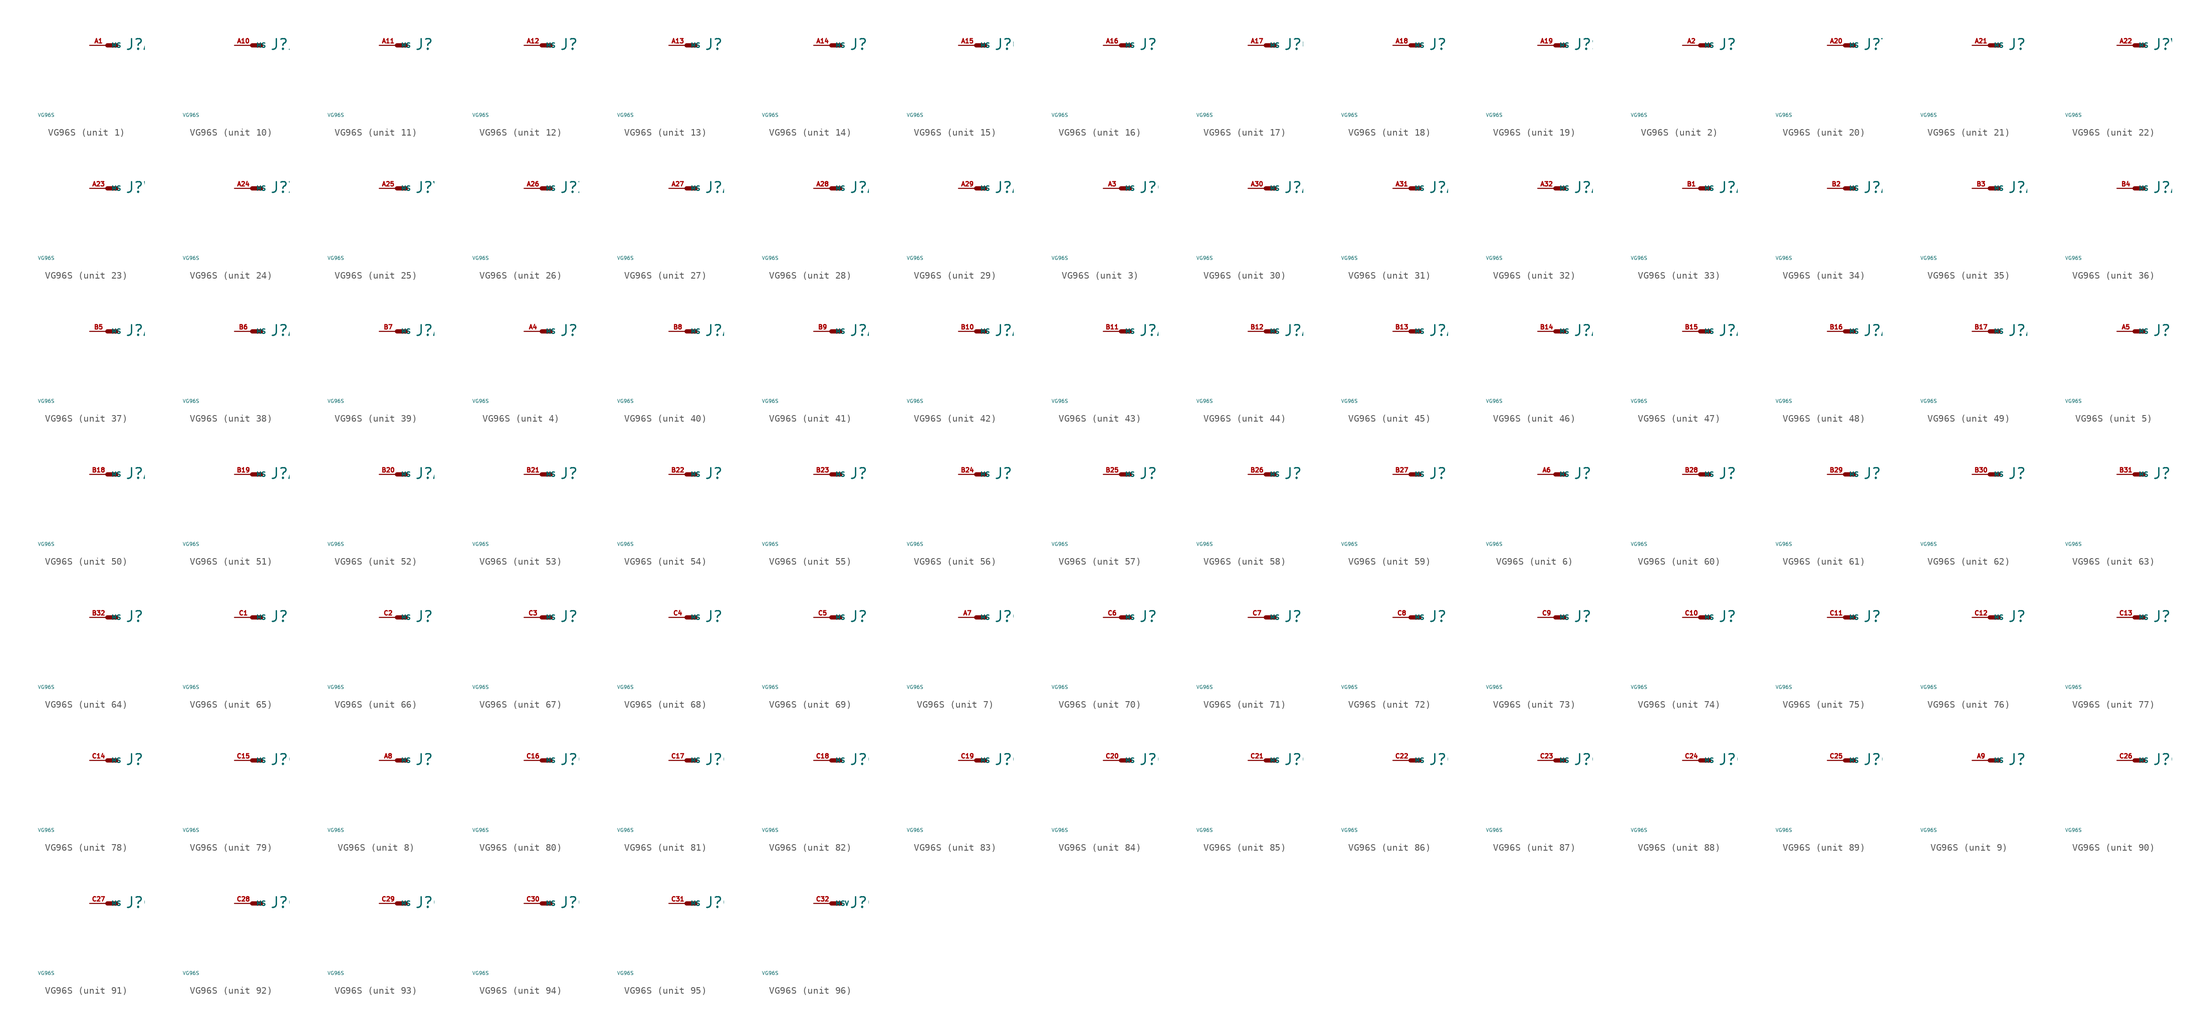
<source format=kicad_sym>
(kicad_symbol_lib
  (version 20220914)
  (generator Eagle2Kicad)
  (symbol "VG96S"
    (property "Reference" "J"
      (at 2.54 -0.762 0)
      (effects (font (size 1.524 1.524) (thickness 0.19)) (justify left bottom)))
    (property "Value" "VG96S"
      (at -10 -10 0)
      (effects (font (size 0.5 0.5) (thickness 0.06)) (justify left)))
    (symbol "VG96S_1_0"
      (polyline (pts (xy 0 0) (xy 1.27 0)) (stroke (width 0.61) (type default)) (fill (type none)))
      (pin passive line (at -2.54 0 0) (length 2.54) (name "MS" (effects (font (size 0.635 0.635) (thickness 0.08)) (justify left bottom))) (number "A1" (effects (font (size 0.635 0.635) (thickness 0.08)) (justify left bottom)))))
    (symbol "VG96S_2_0"
      (polyline (pts (xy 0 0) (xy 1.27 0)) (stroke (width 0.61) (type default)) (fill (type none)))
      (pin passive line (at -2.54 0 0) (length 2.54) (name "MS" (effects (font (size 0.635 0.635) (thickness 0.08)) (justify left bottom))) (number "A2" (effects (font (size 0.635 0.635) (thickness 0.08)) (justify left bottom)))))
    (symbol "VG96S_3_0"
      (polyline (pts (xy 0 0) (xy 1.27 0)) (stroke (width 0.61) (type default)) (fill (type none)))
      (pin passive line (at -2.54 0 0) (length 2.54) (name "MS" (effects (font (size 0.635 0.635) (thickness 0.08)) (justify left bottom))) (number "A3" (effects (font (size 0.635 0.635) (thickness 0.08)) (justify left bottom)))))
    (symbol "VG96S_4_0"
      (polyline (pts (xy 0 0) (xy 1.27 0)) (stroke (width 0.61) (type default)) (fill (type none)))
      (pin passive line (at -2.54 0 0) (length 2.54) (name "MS" (effects (font (size 0.635 0.635) (thickness 0.08)) (justify left bottom))) (number "A4" (effects (font (size 0.635 0.635) (thickness 0.08)) (justify left bottom)))))
    (symbol "VG96S_5_0"
      (polyline (pts (xy 0 0) (xy 1.27 0)) (stroke (width 0.61) (type default)) (fill (type none)))
      (pin passive line (at -2.54 0 0) (length 2.54) (name "MS" (effects (font (size 0.635 0.635) (thickness 0.08)) (justify left bottom))) (number "A5" (effects (font (size 0.635 0.635) (thickness 0.08)) (justify left bottom)))))
    (symbol "VG96S_6_0"
      (polyline (pts (xy 0 0) (xy 1.27 0)) (stroke (width 0.61) (type default)) (fill (type none)))
      (pin passive line (at -2.54 0 0) (length 2.54) (name "MS" (effects (font (size 0.635 0.635) (thickness 0.08)) (justify left bottom))) (number "A6" (effects (font (size 0.635 0.635) (thickness 0.08)) (justify left bottom)))))
    (symbol "VG96S_7_0"
      (polyline (pts (xy 0 0) (xy 1.27 0)) (stroke (width 0.61) (type default)) (fill (type none)))
      (pin passive line (at -2.54 0 0) (length 2.54) (name "MS" (effects (font (size 0.635 0.635) (thickness 0.08)) (justify left bottom))) (number "A7" (effects (font (size 0.635 0.635) (thickness 0.08)) (justify left bottom)))))
    (symbol "VG96S_8_0"
      (polyline (pts (xy 0 0) (xy 1.27 0)) (stroke (width 0.61) (type default)) (fill (type none)))
      (pin passive line (at -2.54 0 0) (length 2.54) (name "MS" (effects (font (size 0.635 0.635) (thickness 0.08)) (justify left bottom))) (number "A8" (effects (font (size 0.635 0.635) (thickness 0.08)) (justify left bottom)))))
    (symbol "VG96S_9_0"
      (polyline (pts (xy 0 0) (xy 1.27 0)) (stroke (width 0.61) (type default)) (fill (type none)))
      (pin passive line (at -2.54 0 0) (length 2.54) (name "MS" (effects (font (size 0.635 0.635) (thickness 0.08)) (justify left bottom))) (number "A9" (effects (font (size 0.635 0.635) (thickness 0.08)) (justify left bottom)))))
    (symbol "VG96S_10_0"
      (polyline (pts (xy 0 0) (xy 1.27 0)) (stroke (width 0.61) (type default)) (fill (type none)))
      (pin passive line (at -2.54 0 0) (length 2.54) (name "MS" (effects (font (size 0.635 0.635) (thickness 0.08)) (justify left bottom))) (number "A10" (effects (font (size 0.635 0.635) (thickness 0.08)) (justify left bottom)))))
    (symbol "VG96S_11_0"
      (polyline (pts (xy 0 0) (xy 1.27 0)) (stroke (width 0.61) (type default)) (fill (type none)))
      (pin passive line (at -2.54 0 0) (length 2.54) (name "MS" (effects (font (size 0.635 0.635) (thickness 0.08)) (justify left bottom))) (number "A11" (effects (font (size 0.635 0.635) (thickness 0.08)) (justify left bottom)))))
    (symbol "VG96S_12_0"
      (polyline (pts (xy 0 0) (xy 1.27 0)) (stroke (width 0.61) (type default)) (fill (type none)))
      (pin passive line (at -2.54 0 0) (length 2.54) (name "MS" (effects (font (size 0.635 0.635) (thickness 0.08)) (justify left bottom))) (number "A12" (effects (font (size 0.635 0.635) (thickness 0.08)) (justify left bottom)))))
    (symbol "VG96S_13_0"
      (polyline (pts (xy 0 0) (xy 1.27 0)) (stroke (width 0.61) (type default)) (fill (type none)))
      (pin passive line (at -2.54 0 0) (length 2.54) (name "MS" (effects (font (size 0.635 0.635) (thickness 0.08)) (justify left bottom))) (number "A13" (effects (font (size 0.635 0.635) (thickness 0.08)) (justify left bottom)))))
    (symbol "VG96S_14_0"
      (polyline (pts (xy 0 0) (xy 1.27 0)) (stroke (width 0.61) (type default)) (fill (type none)))
      (pin passive line (at -2.54 0 0) (length 2.54) (name "MS" (effects (font (size 0.635 0.635) (thickness 0.08)) (justify left bottom))) (number "A14" (effects (font (size 0.635 0.635) (thickness 0.08)) (justify left bottom)))))
    (symbol "VG96S_15_0"
      (polyline (pts (xy 0 0) (xy 1.27 0)) (stroke (width 0.61) (type default)) (fill (type none)))
      (pin passive line (at -2.54 0 0) (length 2.54) (name "MS" (effects (font (size 0.635 0.635) (thickness 0.08)) (justify left bottom))) (number "A15" (effects (font (size 0.635 0.635) (thickness 0.08)) (justify left bottom)))))
    (symbol "VG96S_16_0"
      (polyline (pts (xy 0 0) (xy 1.27 0)) (stroke (width 0.61) (type default)) (fill (type none)))
      (pin passive line (at -2.54 0 0) (length 2.54) (name "MS" (effects (font (size 0.635 0.635) (thickness 0.08)) (justify left bottom))) (number "A16" (effects (font (size 0.635 0.635) (thickness 0.08)) (justify left bottom)))))
    (symbol "VG96S_17_0"
      (polyline (pts (xy 0 0) (xy 1.27 0)) (stroke (width 0.61) (type default)) (fill (type none)))
      (pin passive line (at -2.54 0 0) (length 2.54) (name "MS" (effects (font (size 0.635 0.635) (thickness 0.08)) (justify left bottom))) (number "A17" (effects (font (size 0.635 0.635) (thickness 0.08)) (justify left bottom)))))
    (symbol "VG96S_18_0"
      (polyline (pts (xy 0 0) (xy 1.27 0)) (stroke (width 0.61) (type default)) (fill (type none)))
      (pin passive line (at -2.54 0 0) (length 2.54) (name "MS" (effects (font (size 0.635 0.635) (thickness 0.08)) (justify left bottom))) (number "A18" (effects (font (size 0.635 0.635) (thickness 0.08)) (justify left bottom)))))
    (symbol "VG96S_19_0"
      (polyline (pts (xy 0 0) (xy 1.27 0)) (stroke (width 0.61) (type default)) (fill (type none)))
      (pin passive line (at -2.54 0 0) (length 2.54) (name "MS" (effects (font (size 0.635 0.635) (thickness 0.08)) (justify left bottom))) (number "A19" (effects (font (size 0.635 0.635) (thickness 0.08)) (justify left bottom)))))
    (symbol "VG96S_20_0"
      (polyline (pts (xy 0 0) (xy 1.27 0)) (stroke (width 0.61) (type default)) (fill (type none)))
      (pin passive line (at -2.54 0 0) (length 2.54) (name "MS" (effects (font (size 0.635 0.635) (thickness 0.08)) (justify left bottom))) (number "A20" (effects (font (size 0.635 0.635) (thickness 0.08)) (justify left bottom)))))
    (symbol "VG96S_21_0"
      (polyline (pts (xy 0 0) (xy 1.27 0)) (stroke (width 0.61) (type default)) (fill (type none)))
      (pin passive line (at -2.54 0 0) (length 2.54) (name "MS" (effects (font (size 0.635 0.635) (thickness 0.08)) (justify left bottom))) (number "A21" (effects (font (size 0.635 0.635) (thickness 0.08)) (justify left bottom)))))
    (symbol "VG96S_22_0"
      (polyline (pts (xy 0 0) (xy 1.27 0)) (stroke (width 0.61) (type default)) (fill (type none)))
      (pin passive line (at -2.54 0 0) (length 2.54) (name "MS" (effects (font (size 0.635 0.635) (thickness 0.08)) (justify left bottom))) (number "A22" (effects (font (size 0.635 0.635) (thickness 0.08)) (justify left bottom)))))
    (symbol "VG96S_23_0"
      (polyline (pts (xy 0 0) (xy 1.27 0)) (stroke (width 0.61) (type default)) (fill (type none)))
      (pin passive line (at -2.54 0 0) (length 2.54) (name "MS" (effects (font (size 0.635 0.635) (thickness 0.08)) (justify left bottom))) (number "A23" (effects (font (size 0.635 0.635) (thickness 0.08)) (justify left bottom)))))
    (symbol "VG96S_24_0"
      (polyline (pts (xy 0 0) (xy 1.27 0)) (stroke (width 0.61) (type default)) (fill (type none)))
      (pin passive line (at -2.54 0 0) (length 2.54) (name "MS" (effects (font (size 0.635 0.635) (thickness 0.08)) (justify left bottom))) (number "A24" (effects (font (size 0.635 0.635) (thickness 0.08)) (justify left bottom)))))
    (symbol "VG96S_25_0"
      (polyline (pts (xy 0 0) (xy 1.27 0)) (stroke (width 0.61) (type default)) (fill (type none)))
      (pin passive line (at -2.54 0 0) (length 2.54) (name "MS" (effects (font (size 0.635 0.635) (thickness 0.08)) (justify left bottom))) (number "A25" (effects (font (size 0.635 0.635) (thickness 0.08)) (justify left bottom)))))
    (symbol "VG96S_26_0"
      (polyline (pts (xy 0 0) (xy 1.27 0)) (stroke (width 0.61) (type default)) (fill (type none)))
      (pin passive line (at -2.54 0 0) (length 2.54) (name "MS" (effects (font (size 0.635 0.635) (thickness 0.08)) (justify left bottom))) (number "A26" (effects (font (size 0.635 0.635) (thickness 0.08)) (justify left bottom)))))
    (symbol "VG96S_27_0"
      (polyline (pts (xy 0 0) (xy 1.27 0)) (stroke (width 0.61) (type default)) (fill (type none)))
      (pin passive line (at -2.54 0 0) (length 2.54) (name "MS" (effects (font (size 0.635 0.635) (thickness 0.08)) (justify left bottom))) (number "A27" (effects (font (size 0.635 0.635) (thickness 0.08)) (justify left bottom)))))
    (symbol "VG96S_28_0"
      (polyline (pts (xy 0 0) (xy 1.27 0)) (stroke (width 0.61) (type default)) (fill (type none)))
      (pin passive line (at -2.54 0 0) (length 2.54) (name "MS" (effects (font (size 0.635 0.635) (thickness 0.08)) (justify left bottom))) (number "A28" (effects (font (size 0.635 0.635) (thickness 0.08)) (justify left bottom)))))
    (symbol "VG96S_29_0"
      (polyline (pts (xy 0 0) (xy 1.27 0)) (stroke (width 0.61) (type default)) (fill (type none)))
      (pin passive line (at -2.54 0 0) (length 2.54) (name "MS" (effects (font (size 0.635 0.635) (thickness 0.08)) (justify left bottom))) (number "A29" (effects (font (size 0.635 0.635) (thickness 0.08)) (justify left bottom)))))
    (symbol "VG96S_30_0"
      (polyline (pts (xy 0 0) (xy 1.27 0)) (stroke (width 0.61) (type default)) (fill (type none)))
      (pin passive line (at -2.54 0 0) (length 2.54) (name "MS" (effects (font (size 0.635 0.635) (thickness 0.08)) (justify left bottom))) (number "A30" (effects (font (size 0.635 0.635) (thickness 0.08)) (justify left bottom)))))
    (symbol "VG96S_31_0"
      (polyline (pts (xy 0 0) (xy 1.27 0)) (stroke (width 0.61) (type default)) (fill (type none)))
      (pin passive line (at -2.54 0 0) (length 2.54) (name "MS" (effects (font (size 0.635 0.635) (thickness 0.08)) (justify left bottom))) (number "A31" (effects (font (size 0.635 0.635) (thickness 0.08)) (justify left bottom)))))
    (symbol "VG96S_32_0"
      (polyline (pts (xy 0 0) (xy 1.27 0)) (stroke (width 0.61) (type default)) (fill (type none)))
      (pin passive line (at -2.54 0 0) (length 2.54) (name "MS" (effects (font (size 0.635 0.635) (thickness 0.08)) (justify left bottom))) (number "A32" (effects (font (size 0.635 0.635) (thickness 0.08)) (justify left bottom)))))
    (symbol "VG96S_33_0"
      (polyline (pts (xy 0 0) (xy 1.27 0)) (stroke (width 0.61) (type default)) (fill (type none)))
      (pin passive line (at -2.54 0 0) (length 2.54) (name "MS" (effects (font (size 0.635 0.635) (thickness 0.08)) (justify left bottom))) (number "B1" (effects (font (size 0.635 0.635) (thickness 0.08)) (justify left bottom)))))
    (symbol "VG96S_34_0"
      (polyline (pts (xy 0 0) (xy 1.27 0)) (stroke (width 0.61) (type default)) (fill (type none)))
      (pin passive line (at -2.54 0 0) (length 2.54) (name "MS" (effects (font (size 0.635 0.635) (thickness 0.08)) (justify left bottom))) (number "B2" (effects (font (size 0.635 0.635) (thickness 0.08)) (justify left bottom)))))
    (symbol "VG96S_35_0"
      (polyline (pts (xy 0 0) (xy 1.27 0)) (stroke (width 0.61) (type default)) (fill (type none)))
      (pin passive line (at -2.54 0 0) (length 2.54) (name "MS" (effects (font (size 0.635 0.635) (thickness 0.08)) (justify left bottom))) (number "B3" (effects (font (size 0.635 0.635) (thickness 0.08)) (justify left bottom)))))
    (symbol "VG96S_36_0"
      (polyline (pts (xy 0 0) (xy 1.27 0)) (stroke (width 0.61) (type default)) (fill (type none)))
      (pin passive line (at -2.54 0 0) (length 2.54) (name "MS" (effects (font (size 0.635 0.635) (thickness 0.08)) (justify left bottom))) (number "B4" (effects (font (size 0.635 0.635) (thickness 0.08)) (justify left bottom)))))
    (symbol "VG96S_37_0"
      (polyline (pts (xy 0 0) (xy 1.27 0)) (stroke (width 0.61) (type default)) (fill (type none)))
      (pin passive line (at -2.54 0 0) (length 2.54) (name "MS" (effects (font (size 0.635 0.635) (thickness 0.08)) (justify left bottom))) (number "B5" (effects (font (size 0.635 0.635) (thickness 0.08)) (justify left bottom)))))
    (symbol "VG96S_38_0"
      (polyline (pts (xy 0 0) (xy 1.27 0)) (stroke (width 0.61) (type default)) (fill (type none)))
      (pin passive line (at -2.54 0 0) (length 2.54) (name "MS" (effects (font (size 0.635 0.635) (thickness 0.08)) (justify left bottom))) (number "B6" (effects (font (size 0.635 0.635) (thickness 0.08)) (justify left bottom)))))
    (symbol "VG96S_39_0"
      (polyline (pts (xy 0 0) (xy 1.27 0)) (stroke (width 0.61) (type default)) (fill (type none)))
      (pin passive line (at -2.54 0 0) (length 2.54) (name "MS" (effects (font (size 0.635 0.635) (thickness 0.08)) (justify left bottom))) (number "B7" (effects (font (size 0.635 0.635) (thickness 0.08)) (justify left bottom)))))
    (symbol "VG96S_40_0"
      (polyline (pts (xy 0 0) (xy 1.27 0)) (stroke (width 0.61) (type default)) (fill (type none)))
      (pin passive line (at -2.54 0 0) (length 2.54) (name "MS" (effects (font (size 0.635 0.635) (thickness 0.08)) (justify left bottom))) (number "B8" (effects (font (size 0.635 0.635) (thickness 0.08)) (justify left bottom)))))
    (symbol "VG96S_41_0"
      (polyline (pts (xy 0 0) (xy 1.27 0)) (stroke (width 0.61) (type default)) (fill (type none)))
      (pin passive line (at -2.54 0 0) (length 2.54) (name "MS" (effects (font (size 0.635 0.635) (thickness 0.08)) (justify left bottom))) (number "B9" (effects (font (size 0.635 0.635) (thickness 0.08)) (justify left bottom)))))
    (symbol "VG96S_42_0"
      (polyline (pts (xy 0 0) (xy 1.27 0)) (stroke (width 0.61) (type default)) (fill (type none)))
      (pin passive line (at -2.54 0 0) (length 2.54) (name "MS" (effects (font (size 0.635 0.635) (thickness 0.08)) (justify left bottom))) (number "B10" (effects (font (size 0.635 0.635) (thickness 0.08)) (justify left bottom)))))
    (symbol "VG96S_43_0"
      (polyline (pts (xy 0 0) (xy 1.27 0)) (stroke (width 0.61) (type default)) (fill (type none)))
      (pin passive line (at -2.54 0 0) (length 2.54) (name "MS" (effects (font (size 0.635 0.635) (thickness 0.08)) (justify left bottom))) (number "B11" (effects (font (size 0.635 0.635) (thickness 0.08)) (justify left bottom)))))
    (symbol "VG96S_44_0"
      (polyline (pts (xy 0 0) (xy 1.27 0)) (stroke (width 0.61) (type default)) (fill (type none)))
      (pin passive line (at -2.54 0 0) (length 2.54) (name "MS" (effects (font (size 0.635 0.635) (thickness 0.08)) (justify left bottom))) (number "B12" (effects (font (size 0.635 0.635) (thickness 0.08)) (justify left bottom)))))
    (symbol "VG96S_45_0"
      (polyline (pts (xy 0 0) (xy 1.27 0)) (stroke (width 0.61) (type default)) (fill (type none)))
      (pin passive line (at -2.54 0 0) (length 2.54) (name "MS" (effects (font (size 0.635 0.635) (thickness 0.08)) (justify left bottom))) (number "B13" (effects (font (size 0.635 0.635) (thickness 0.08)) (justify left bottom)))))
    (symbol "VG96S_46_0"
      (polyline (pts (xy 0 0) (xy 1.27 0)) (stroke (width 0.61) (type default)) (fill (type none)))
      (pin passive line (at -2.54 0 0) (length 2.54) (name "MS" (effects (font (size 0.635 0.635) (thickness 0.08)) (justify left bottom))) (number "B14" (effects (font (size 0.635 0.635) (thickness 0.08)) (justify left bottom)))))
    (symbol "VG96S_47_0"
      (polyline (pts (xy 0 0) (xy 1.27 0)) (stroke (width 0.61) (type default)) (fill (type none)))
      (pin passive line (at -2.54 0 0) (length 2.54) (name "MS" (effects (font (size 0.635 0.635) (thickness 0.08)) (justify left bottom))) (number "B15" (effects (font (size 0.635 0.635) (thickness 0.08)) (justify left bottom)))))
    (symbol "VG96S_48_0"
      (polyline (pts (xy 0 0) (xy 1.27 0)) (stroke (width 0.61) (type default)) (fill (type none)))
      (pin passive line (at -2.54 0 0) (length 2.54) (name "MS" (effects (font (size 0.635 0.635) (thickness 0.08)) (justify left bottom))) (number "B16" (effects (font (size 0.635 0.635) (thickness 0.08)) (justify left bottom)))))
    (symbol "VG96S_49_0"
      (polyline (pts (xy 0 0) (xy 1.27 0)) (stroke (width 0.61) (type default)) (fill (type none)))
      (pin passive line (at -2.54 0 0) (length 2.54) (name "MS" (effects (font (size 0.635 0.635) (thickness 0.08)) (justify left bottom))) (number "B17" (effects (font (size 0.635 0.635) (thickness 0.08)) (justify left bottom)))))
    (symbol "VG96S_50_0"
      (polyline (pts (xy 0 0) (xy 1.27 0)) (stroke (width 0.61) (type default)) (fill (type none)))
      (pin passive line (at -2.54 0 0) (length 2.54) (name "MS" (effects (font (size 0.635 0.635) (thickness 0.08)) (justify left bottom))) (number "B18" (effects (font (size 0.635 0.635) (thickness 0.08)) (justify left bottom)))))
    (symbol "VG96S_51_0"
      (polyline (pts (xy 0 0) (xy 1.27 0)) (stroke (width 0.61) (type default)) (fill (type none)))
      (pin passive line (at -2.54 0 0) (length 2.54) (name "MS" (effects (font (size 0.635 0.635) (thickness 0.08)) (justify left bottom))) (number "B19" (effects (font (size 0.635 0.635) (thickness 0.08)) (justify left bottom)))))
    (symbol "VG96S_52_0"
      (polyline (pts (xy 0 0) (xy 1.27 0)) (stroke (width 0.61) (type default)) (fill (type none)))
      (pin passive line (at -2.54 0 0) (length 2.54) (name "MS" (effects (font (size 0.635 0.635) (thickness 0.08)) (justify left bottom))) (number "B20" (effects (font (size 0.635 0.635) (thickness 0.08)) (justify left bottom)))))
    (symbol "VG96S_53_0"
      (polyline (pts (xy 0 0) (xy 1.27 0)) (stroke (width 0.61) (type default)) (fill (type none)))
      (pin passive line (at -2.54 0 0) (length 2.54) (name "MS" (effects (font (size 0.635 0.635) (thickness 0.08)) (justify left bottom))) (number "B21" (effects (font (size 0.635 0.635) (thickness 0.08)) (justify left bottom)))))
    (symbol "VG96S_54_0"
      (polyline (pts (xy 0 0) (xy 1.27 0)) (stroke (width 0.61) (type default)) (fill (type none)))
      (pin passive line (at -2.54 0 0) (length 2.54) (name "MS" (effects (font (size 0.635 0.635) (thickness 0.08)) (justify left bottom))) (number "B22" (effects (font (size 0.635 0.635) (thickness 0.08)) (justify left bottom)))))
    (symbol "VG96S_55_0"
      (polyline (pts (xy 0 0) (xy 1.27 0)) (stroke (width 0.61) (type default)) (fill (type none)))
      (pin passive line (at -2.54 0 0) (length 2.54) (name "MS" (effects (font (size 0.635 0.635) (thickness 0.08)) (justify left bottom))) (number "B23" (effects (font (size 0.635 0.635) (thickness 0.08)) (justify left bottom)))))
    (symbol "VG96S_56_0"
      (polyline (pts (xy 0 0) (xy 1.27 0)) (stroke (width 0.61) (type default)) (fill (type none)))
      (pin passive line (at -2.54 0 0) (length 2.54) (name "MS" (effects (font (size 0.635 0.635) (thickness 0.08)) (justify left bottom))) (number "B24" (effects (font (size 0.635 0.635) (thickness 0.08)) (justify left bottom)))))
    (symbol "VG96S_57_0"
      (polyline (pts (xy 0 0) (xy 1.27 0)) (stroke (width 0.61) (type default)) (fill (type none)))
      (pin passive line (at -2.54 0 0) (length 2.54) (name "MS" (effects (font (size 0.635 0.635) (thickness 0.08)) (justify left bottom))) (number "B25" (effects (font (size 0.635 0.635) (thickness 0.08)) (justify left bottom)))))
    (symbol "VG96S_58_0"
      (polyline (pts (xy 0 0) (xy 1.27 0)) (stroke (width 0.61) (type default)) (fill (type none)))
      (pin passive line (at -2.54 0 0) (length 2.54) (name "MS" (effects (font (size 0.635 0.635) (thickness 0.08)) (justify left bottom))) (number "B26" (effects (font (size 0.635 0.635) (thickness 0.08)) (justify left bottom)))))
    (symbol "VG96S_59_0"
      (polyline (pts (xy 0 0) (xy 1.27 0)) (stroke (width 0.61) (type default)) (fill (type none)))
      (pin passive line (at -2.54 0 0) (length 2.54) (name "MS" (effects (font (size 0.635 0.635) (thickness 0.08)) (justify left bottom))) (number "B27" (effects (font (size 0.635 0.635) (thickness 0.08)) (justify left bottom)))))
    (symbol "VG96S_60_0"
      (polyline (pts (xy 0 0) (xy 1.27 0)) (stroke (width 0.61) (type default)) (fill (type none)))
      (pin passive line (at -2.54 0 0) (length 2.54) (name "MS" (effects (font (size 0.635 0.635) (thickness 0.08)) (justify left bottom))) (number "B28" (effects (font (size 0.635 0.635) (thickness 0.08)) (justify left bottom)))))
    (symbol "VG96S_61_0"
      (polyline (pts (xy 0 0) (xy 1.27 0)) (stroke (width 0.61) (type default)) (fill (type none)))
      (pin passive line (at -2.54 0 0) (length 2.54) (name "MS" (effects (font (size 0.635 0.635) (thickness 0.08)) (justify left bottom))) (number "B29" (effects (font (size 0.635 0.635) (thickness 0.08)) (justify left bottom)))))
    (symbol "VG96S_62_0"
      (polyline (pts (xy 0 0) (xy 1.27 0)) (stroke (width 0.61) (type default)) (fill (type none)))
      (pin passive line (at -2.54 0 0) (length 2.54) (name "MS" (effects (font (size 0.635 0.635) (thickness 0.08)) (justify left bottom))) (number "B30" (effects (font (size 0.635 0.635) (thickness 0.08)) (justify left bottom)))))
    (symbol "VG96S_63_0"
      (polyline (pts (xy 0 0) (xy 1.27 0)) (stroke (width 0.61) (type default)) (fill (type none)))
      (pin passive line (at -2.54 0 0) (length 2.54) (name "MS" (effects (font (size 0.635 0.635) (thickness 0.08)) (justify left bottom))) (number "B31" (effects (font (size 0.635 0.635) (thickness 0.08)) (justify left bottom)))))
    (symbol "VG96S_64_0"
      (polyline (pts (xy 0 0) (xy 1.27 0)) (stroke (width 0.61) (type default)) (fill (type none)))
      (pin passive line (at -2.54 0 0) (length 2.54) (name "MS" (effects (font (size 0.635 0.635) (thickness 0.08)) (justify left bottom))) (number "B32" (effects (font (size 0.635 0.635) (thickness 0.08)) (justify left bottom)))))
    (symbol "VG96S_65_0"
      (polyline (pts (xy 0 0) (xy 1.27 0)) (stroke (width 0.61) (type default)) (fill (type none)))
      (pin passive line (at -2.54 0 0) (length 2.54) (name "MS" (effects (font (size 0.635 0.635) (thickness 0.08)) (justify left bottom))) (number "C1" (effects (font (size 0.635 0.635) (thickness 0.08)) (justify left bottom)))))
    (symbol "VG96S_66_0"
      (polyline (pts (xy 0 0) (xy 1.27 0)) (stroke (width 0.61) (type default)) (fill (type none)))
      (pin passive line (at -2.54 0 0) (length 2.54) (name "MS" (effects (font (size 0.635 0.635) (thickness 0.08)) (justify left bottom))) (number "C2" (effects (font (size 0.635 0.635) (thickness 0.08)) (justify left bottom)))))
    (symbol "VG96S_67_0"
      (polyline (pts (xy 0 0) (xy 1.27 0)) (stroke (width 0.61) (type default)) (fill (type none)))
      (pin passive line (at -2.54 0 0) (length 2.54) (name "MS" (effects (font (size 0.635 0.635) (thickness 0.08)) (justify left bottom))) (number "C3" (effects (font (size 0.635 0.635) (thickness 0.08)) (justify left bottom)))))
    (symbol "VG96S_68_0"
      (polyline (pts (xy 0 0) (xy 1.27 0)) (stroke (width 0.61) (type default)) (fill (type none)))
      (pin passive line (at -2.54 0 0) (length 2.54) (name "MS" (effects (font (size 0.635 0.635) (thickness 0.08)) (justify left bottom))) (number "C4" (effects (font (size 0.635 0.635) (thickness 0.08)) (justify left bottom)))))
    (symbol "VG96S_69_0"
      (polyline (pts (xy 0 0) (xy 1.27 0)) (stroke (width 0.61) (type default)) (fill (type none)))
      (pin passive line (at -2.54 0 0) (length 2.54) (name "MS" (effects (font (size 0.635 0.635) (thickness 0.08)) (justify left bottom))) (number "C5" (effects (font (size 0.635 0.635) (thickness 0.08)) (justify left bottom)))))
    (symbol "VG96S_70_0"
      (polyline (pts (xy 0 0) (xy 1.27 0)) (stroke (width 0.61) (type default)) (fill (type none)))
      (pin passive line (at -2.54 0 0) (length 2.54) (name "MS" (effects (font (size 0.635 0.635) (thickness 0.08)) (justify left bottom))) (number "C6" (effects (font (size 0.635 0.635) (thickness 0.08)) (justify left bottom)))))
    (symbol "VG96S_71_0"
      (polyline (pts (xy 0 0) (xy 1.27 0)) (stroke (width 0.61) (type default)) (fill (type none)))
      (pin passive line (at -2.54 0 0) (length 2.54) (name "MS" (effects (font (size 0.635 0.635) (thickness 0.08)) (justify left bottom))) (number "C7" (effects (font (size 0.635 0.635) (thickness 0.08)) (justify left bottom)))))
    (symbol "VG96S_72_0"
      (polyline (pts (xy 0 0) (xy 1.27 0)) (stroke (width 0.61) (type default)) (fill (type none)))
      (pin passive line (at -2.54 0 0) (length 2.54) (name "MS" (effects (font (size 0.635 0.635) (thickness 0.08)) (justify left bottom))) (number "C8" (effects (font (size 0.635 0.635) (thickness 0.08)) (justify left bottom)))))
    (symbol "VG96S_73_0"
      (polyline (pts (xy 0 0) (xy 1.27 0)) (stroke (width 0.61) (type default)) (fill (type none)))
      (pin passive line (at -2.54 0 0) (length 2.54) (name "MS" (effects (font (size 0.635 0.635) (thickness 0.08)) (justify left bottom))) (number "C9" (effects (font (size 0.635 0.635) (thickness 0.08)) (justify left bottom)))))
    (symbol "VG96S_74_0"
      (polyline (pts (xy 0 0) (xy 1.27 0)) (stroke (width 0.61) (type default)) (fill (type none)))
      (pin passive line (at -2.54 0 0) (length 2.54) (name "MS" (effects (font (size 0.635 0.635) (thickness 0.08)) (justify left bottom))) (number "C10" (effects (font (size 0.635 0.635) (thickness 0.08)) (justify left bottom)))))
    (symbol "VG96S_75_0"
      (polyline (pts (xy 0 0) (xy 1.27 0)) (stroke (width 0.61) (type default)) (fill (type none)))
      (pin passive line (at -2.54 0 0) (length 2.54) (name "MS" (effects (font (size 0.635 0.635) (thickness 0.08)) (justify left bottom))) (number "C11" (effects (font (size 0.635 0.635) (thickness 0.08)) (justify left bottom)))))
    (symbol "VG96S_76_0"
      (polyline (pts (xy 0 0) (xy 1.27 0)) (stroke (width 0.61) (type default)) (fill (type none)))
      (pin passive line (at -2.54 0 0) (length 2.54) (name "MS" (effects (font (size 0.635 0.635) (thickness 0.08)) (justify left bottom))) (number "C12" (effects (font (size 0.635 0.635) (thickness 0.08)) (justify left bottom)))))
    (symbol "VG96S_77_0"
      (polyline (pts (xy 0 0) (xy 1.27 0)) (stroke (width 0.61) (type default)) (fill (type none)))
      (pin passive line (at -2.54 0 0) (length 2.54) (name "MS" (effects (font (size 0.635 0.635) (thickness 0.08)) (justify left bottom))) (number "C13" (effects (font (size 0.635 0.635) (thickness 0.08)) (justify left bottom)))))
    (symbol "VG96S_78_0"
      (polyline (pts (xy 0 0) (xy 1.27 0)) (stroke (width 0.61) (type default)) (fill (type none)))
      (pin passive line (at -2.54 0 0) (length 2.54) (name "MS" (effects (font (size 0.635 0.635) (thickness 0.08)) (justify left bottom))) (number "C14" (effects (font (size 0.635 0.635) (thickness 0.08)) (justify left bottom)))))
    (symbol "VG96S_79_0"
      (polyline (pts (xy 0 0) (xy 1.27 0)) (stroke (width 0.61) (type default)) (fill (type none)))
      (pin passive line (at -2.54 0 0) (length 2.54) (name "MS" (effects (font (size 0.635 0.635) (thickness 0.08)) (justify left bottom))) (number "C15" (effects (font (size 0.635 0.635) (thickness 0.08)) (justify left bottom)))))
    (symbol "VG96S_80_0"
      (polyline (pts (xy 0 0) (xy 1.27 0)) (stroke (width 0.61) (type default)) (fill (type none)))
      (pin passive line (at -2.54 0 0) (length 2.54) (name "MS" (effects (font (size 0.635 0.635) (thickness 0.08)) (justify left bottom))) (number "C16" (effects (font (size 0.635 0.635) (thickness 0.08)) (justify left bottom)))))
    (symbol "VG96S_81_0"
      (polyline (pts (xy 0 0) (xy 1.27 0)) (stroke (width 0.61) (type default)) (fill (type none)))
      (pin passive line (at -2.54 0 0) (length 2.54) (name "MS" (effects (font (size 0.635 0.635) (thickness 0.08)) (justify left bottom))) (number "C17" (effects (font (size 0.635 0.635) (thickness 0.08)) (justify left bottom)))))
    (symbol "VG96S_82_0"
      (polyline (pts (xy 0 0) (xy 1.27 0)) (stroke (width 0.61) (type default)) (fill (type none)))
      (pin passive line (at -2.54 0 0) (length 2.54) (name "MS" (effects (font (size 0.635 0.635) (thickness 0.08)) (justify left bottom))) (number "C18" (effects (font (size 0.635 0.635) (thickness 0.08)) (justify left bottom)))))
    (symbol "VG96S_83_0"
      (polyline (pts (xy 0 0) (xy 1.27 0)) (stroke (width 0.61) (type default)) (fill (type none)))
      (pin passive line (at -2.54 0 0) (length 2.54) (name "MS" (effects (font (size 0.635 0.635) (thickness 0.08)) (justify left bottom))) (number "C19" (effects (font (size 0.635 0.635) (thickness 0.08)) (justify left bottom)))))
    (symbol "VG96S_84_0"
      (polyline (pts (xy 0 0) (xy 1.27 0)) (stroke (width 0.61) (type default)) (fill (type none)))
      (pin passive line (at -2.54 0 0) (length 2.54) (name "MS" (effects (font (size 0.635 0.635) (thickness 0.08)) (justify left bottom))) (number "C20" (effects (font (size 0.635 0.635) (thickness 0.08)) (justify left bottom)))))
    (symbol "VG96S_85_0"
      (polyline (pts (xy 0 0) (xy 1.27 0)) (stroke (width 0.61) (type default)) (fill (type none)))
      (pin passive line (at -2.54 0 0) (length 2.54) (name "MS" (effects (font (size 0.635 0.635) (thickness 0.08)) (justify left bottom))) (number "C21" (effects (font (size 0.635 0.635) (thickness 0.08)) (justify left bottom)))))
    (symbol "VG96S_86_0"
      (polyline (pts (xy 0 0) (xy 1.27 0)) (stroke (width 0.61) (type default)) (fill (type none)))
      (pin passive line (at -2.54 0 0) (length 2.54) (name "MS" (effects (font (size 0.635 0.635) (thickness 0.08)) (justify left bottom))) (number "C22" (effects (font (size 0.635 0.635) (thickness 0.08)) (justify left bottom)))))
    (symbol "VG96S_87_0"
      (polyline (pts (xy 0 0) (xy 1.27 0)) (stroke (width 0.61) (type default)) (fill (type none)))
      (pin passive line (at -2.54 0 0) (length 2.54) (name "MS" (effects (font (size 0.635 0.635) (thickness 0.08)) (justify left bottom))) (number "C23" (effects (font (size 0.635 0.635) (thickness 0.08)) (justify left bottom)))))
    (symbol "VG96S_88_0"
      (polyline (pts (xy 0 0) (xy 1.27 0)) (stroke (width 0.61) (type default)) (fill (type none)))
      (pin passive line (at -2.54 0 0) (length 2.54) (name "MS" (effects (font (size 0.635 0.635) (thickness 0.08)) (justify left bottom))) (number "C24" (effects (font (size 0.635 0.635) (thickness 0.08)) (justify left bottom)))))
    (symbol "VG96S_89_0"
      (polyline (pts (xy 0 0) (xy 1.27 0)) (stroke (width 0.61) (type default)) (fill (type none)))
      (pin passive line (at -2.54 0 0) (length 2.54) (name "MS" (effects (font (size 0.635 0.635) (thickness 0.08)) (justify left bottom))) (number "C25" (effects (font (size 0.635 0.635) (thickness 0.08)) (justify left bottom)))))
    (symbol "VG96S_90_0"
      (polyline (pts (xy 0 0) (xy 1.27 0)) (stroke (width 0.61) (type default)) (fill (type none)))
      (pin passive line (at -2.54 0 0) (length 2.54) (name "MS" (effects (font (size 0.635 0.635) (thickness 0.08)) (justify left bottom))) (number "C26" (effects (font (size 0.635 0.635) (thickness 0.08)) (justify left bottom)))))
    (symbol "VG96S_91_0"
      (polyline (pts (xy 0 0) (xy 1.27 0)) (stroke (width 0.61) (type default)) (fill (type none)))
      (pin passive line (at -2.54 0 0) (length 2.54) (name "MS" (effects (font (size 0.635 0.635) (thickness 0.08)) (justify left bottom))) (number "C27" (effects (font (size 0.635 0.635) (thickness 0.08)) (justify left bottom)))))
    (symbol "VG96S_92_0"
      (polyline (pts (xy 0 0) (xy 1.27 0)) (stroke (width 0.61) (type default)) (fill (type none)))
      (pin passive line (at -2.54 0 0) (length 2.54) (name "MS" (effects (font (size 0.635 0.635) (thickness 0.08)) (justify left bottom))) (number "C28" (effects (font (size 0.635 0.635) (thickness 0.08)) (justify left bottom)))))
    (symbol "VG96S_93_0"
      (polyline (pts (xy 0 0) (xy 1.27 0)) (stroke (width 0.61) (type default)) (fill (type none)))
      (pin passive line (at -2.54 0 0) (length 2.54) (name "MS" (effects (font (size 0.635 0.635) (thickness 0.08)) (justify left bottom))) (number "C29" (effects (font (size 0.635 0.635) (thickness 0.08)) (justify left bottom)))))
    (symbol "VG96S_94_0"
      (polyline (pts (xy 0 0) (xy 1.27 0)) (stroke (width 0.61) (type default)) (fill (type none)))
      (pin passive line (at -2.54 0 0) (length 2.54) (name "MS" (effects (font (size 0.635 0.635) (thickness 0.08)) (justify left bottom))) (number "C30" (effects (font (size 0.635 0.635) (thickness 0.08)) (justify left bottom)))))
    (symbol "VG96S_95_0"
      (polyline (pts (xy 0 0) (xy 1.27 0)) (stroke (width 0.61) (type default)) (fill (type none)))
      (pin passive line (at -2.54 0 0) (length 2.54) (name "MS" (effects (font (size 0.635 0.635) (thickness 0.08)) (justify left bottom))) (number "C31" (effects (font (size 0.635 0.635) (thickness 0.08)) (justify left bottom)))))
    (symbol "VG96S_96_0"
      (polyline (pts (xy 0 0) (xy 1.27 0)) (stroke (width 0.61) (type default)) (fill (type none)))
      (pin passive line (at -2.54 0 0) (length 2.54) (name "MSV" (effects (font (size 0.635 0.635) (thickness 0.08)) (justify left bottom))) (number "C32" (effects (font (size 0.635 0.635) (thickness 0.08)) (justify left bottom)))))))
</source>
